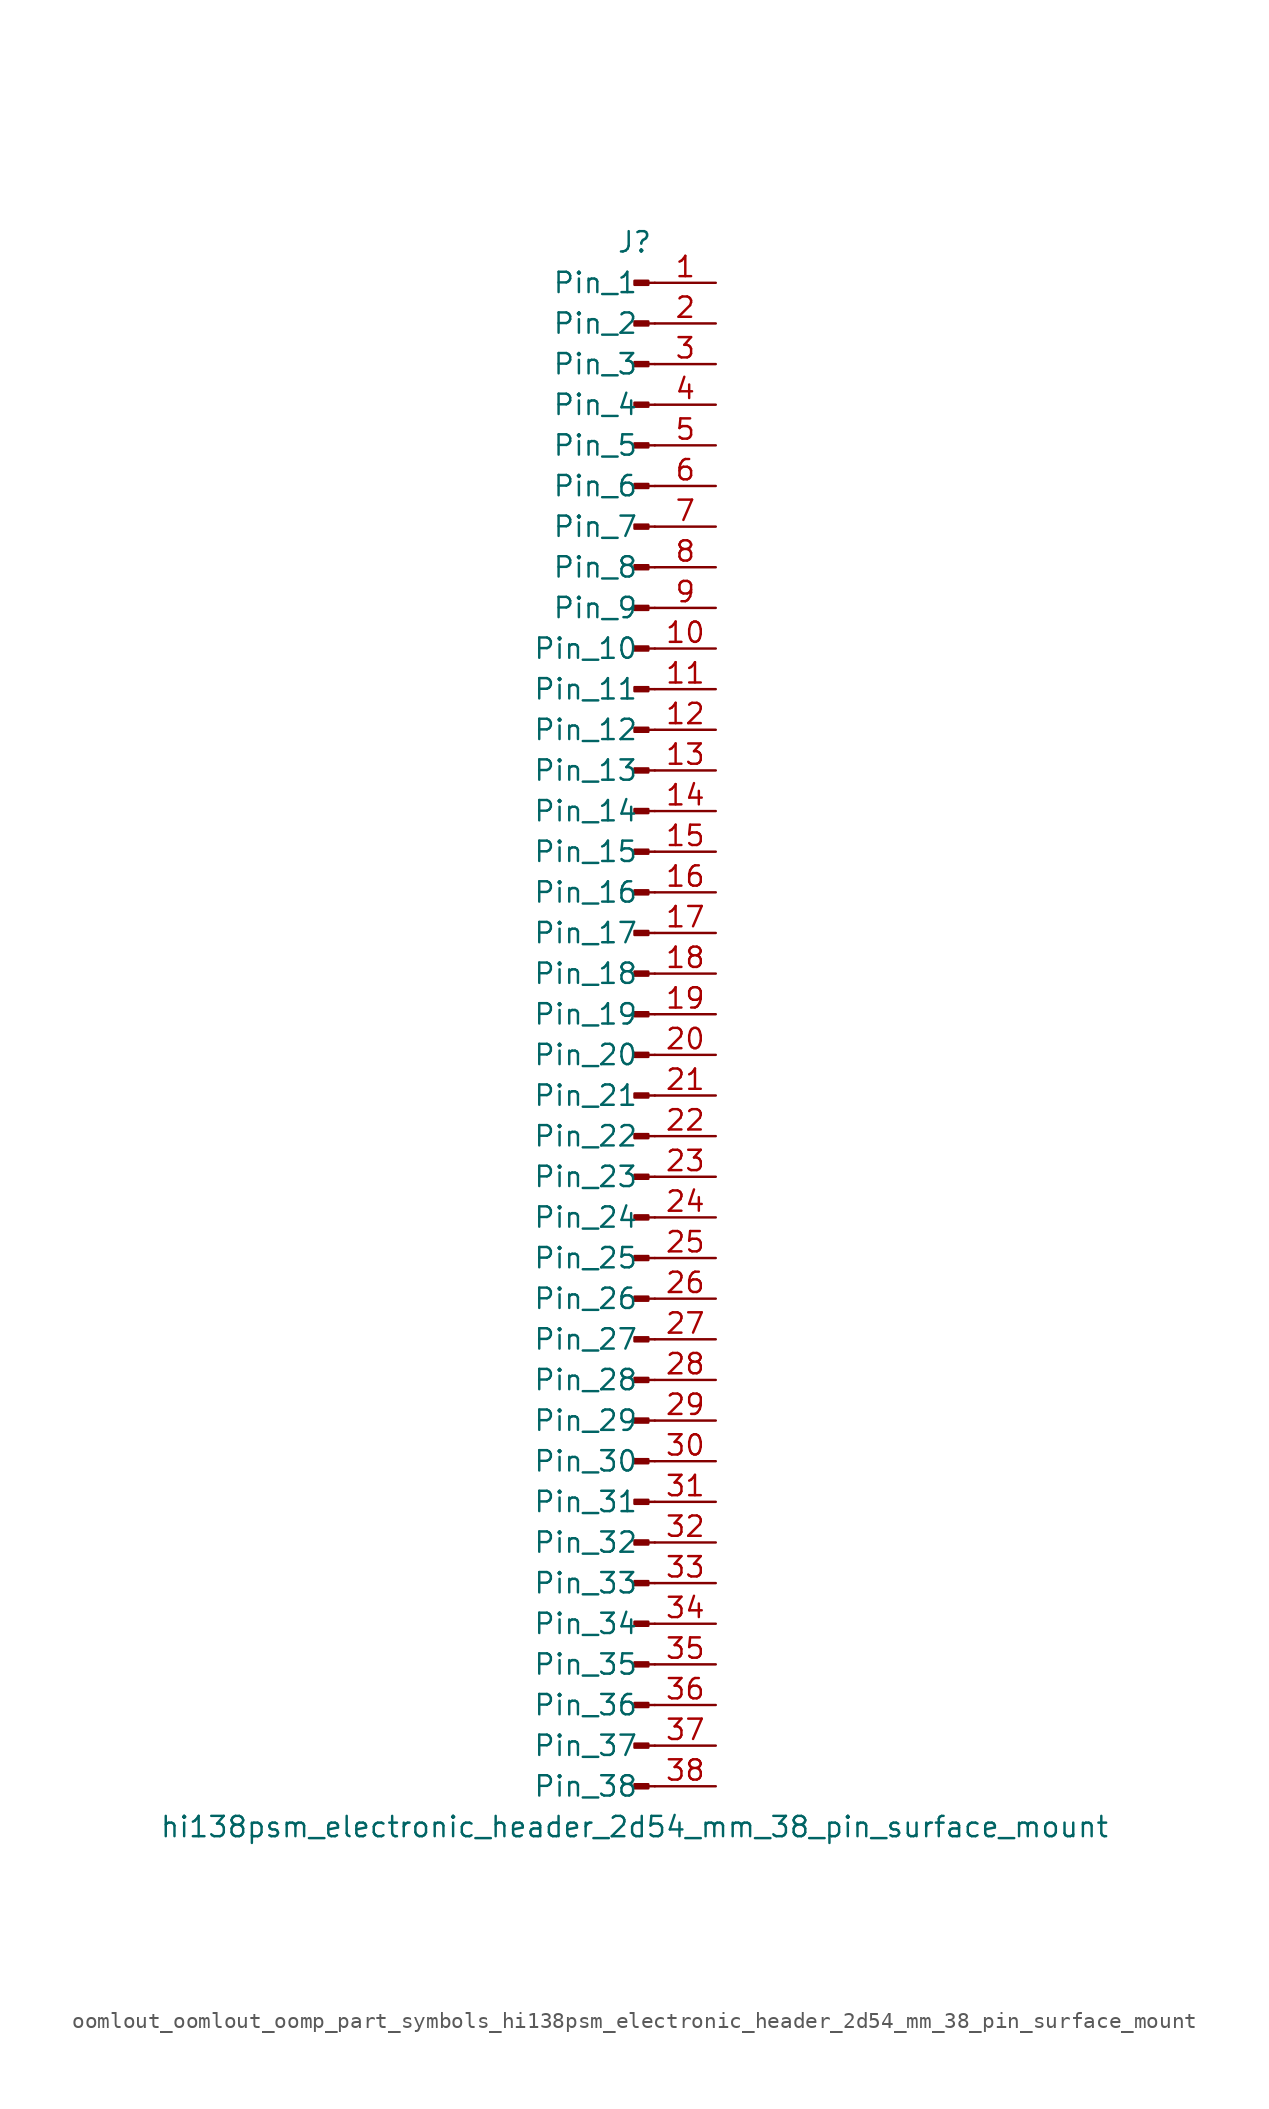
<source format=kicad_sym>
(kicad_symbol_lib
  (version 20220914)
  (generator kicad_symbol_editor)
  (symbol "oomlout_oomlout_oomp_part_symbols_hi138psm_electronic_header_2d54_mm_38_pin_surface_mount"
    (pin_names
      (offset 1.016))
    (property "Reference" "J"
      (at 0 48.26 0)
      (effects (font (size 1.27 1.27))))
    (property "Value" "hi138psm_electronic_header_2d54_mm_38_pin_surface_mount"
      (at 0 -50.8 0)
      (effects (font (size 1.27 1.27))))
    (property "ki_locked" ""
      (at 0 0 0)
      (effects (font (size 1.27 1.27))))
    (symbol "oomlout_oomlout_oomp_part_symbols_hi138psm_electronic_header_2d54_mm_38_pin_surface_mount_1_1"
      (polyline (pts (xy 1.27 -48.26) (xy 0.864 -48.26)) (stroke (width 0.152) (type default)) (fill (type none)))
      (polyline (pts (xy 1.27 -45.72) (xy 0.864 -45.72)) (stroke (width 0.152) (type default)) (fill (type none)))
      (polyline (pts (xy 1.27 -43.18) (xy 0.864 -43.18)) (stroke (width 0.152) (type default)) (fill (type none)))
      (polyline (pts (xy 1.27 -40.64) (xy 0.864 -40.64)) (stroke (width 0.152) (type default)) (fill (type none)))
      (polyline (pts (xy 1.27 -38.1) (xy 0.864 -38.1)) (stroke (width 0.152) (type default)) (fill (type none)))
      (polyline (pts (xy 1.27 -35.56) (xy 0.864 -35.56)) (stroke (width 0.152) (type default)) (fill (type none)))
      (polyline (pts (xy 1.27 -33.02) (xy 0.864 -33.02)) (stroke (width 0.152) (type default)) (fill (type none)))
      (polyline (pts (xy 1.27 -30.48) (xy 0.864 -30.48)) (stroke (width 0.152) (type default)) (fill (type none)))
      (polyline (pts (xy 1.27 -27.94) (xy 0.864 -27.94)) (stroke (width 0.152) (type default)) (fill (type none)))
      (polyline (pts (xy 1.27 -25.4) (xy 0.864 -25.4)) (stroke (width 0.152) (type default)) (fill (type none)))
      (polyline (pts (xy 1.27 -22.86) (xy 0.864 -22.86)) (stroke (width 0.152) (type default)) (fill (type none)))
      (polyline (pts (xy 1.27 -20.32) (xy 0.864 -20.32)) (stroke (width 0.152) (type default)) (fill (type none)))
      (polyline (pts (xy 1.27 -17.78) (xy 0.864 -17.78)) (stroke (width 0.152) (type default)) (fill (type none)))
      (polyline (pts (xy 1.27 -15.24) (xy 0.864 -15.24)) (stroke (width 0.152) (type default)) (fill (type none)))
      (polyline (pts (xy 1.27 -12.7) (xy 0.864 -12.7)) (stroke (width 0.152) (type default)) (fill (type none)))
      (polyline (pts (xy 1.27 -10.16) (xy 0.864 -10.16)) (stroke (width 0.152) (type default)) (fill (type none)))
      (polyline (pts (xy 1.27 -7.62) (xy 0.864 -7.62)) (stroke (width 0.152) (type default)) (fill (type none)))
      (polyline (pts (xy 1.27 -5.08) (xy 0.864 -5.08)) (stroke (width 0.152) (type default)) (fill (type none)))
      (polyline (pts (xy 1.27 -2.54) (xy 0.864 -2.54)) (stroke (width 0.152) (type default)) (fill (type none)))
      (polyline (pts (xy 1.27 0) (xy 0.864 0)) (stroke (width 0.152) (type default)) (fill (type none)))
      (polyline (pts (xy 1.27 2.54) (xy 0.864 2.54)) (stroke (width 0.152) (type default)) (fill (type none)))
      (polyline (pts (xy 1.27 5.08) (xy 0.864 5.08)) (stroke (width 0.152) (type default)) (fill (type none)))
      (polyline (pts (xy 1.27 7.62) (xy 0.864 7.62)) (stroke (width 0.152) (type default)) (fill (type none)))
      (polyline (pts (xy 1.27 10.16) (xy 0.864 10.16)) (stroke (width 0.152) (type default)) (fill (type none)))
      (polyline (pts (xy 1.27 12.7) (xy 0.864 12.7)) (stroke (width 0.152) (type default)) (fill (type none)))
      (polyline (pts (xy 1.27 15.24) (xy 0.864 15.24)) (stroke (width 0.152) (type default)) (fill (type none)))
      (polyline (pts (xy 1.27 17.78) (xy 0.864 17.78)) (stroke (width 0.152) (type default)) (fill (type none)))
      (polyline (pts (xy 1.27 20.32) (xy 0.864 20.32)) (stroke (width 0.152) (type default)) (fill (type none)))
      (polyline (pts (xy 1.27 22.86) (xy 0.864 22.86)) (stroke (width 0.152) (type default)) (fill (type none)))
      (polyline (pts (xy 1.27 25.4) (xy 0.864 25.4)) (stroke (width 0.152) (type default)) (fill (type none)))
      (polyline (pts (xy 1.27 27.94) (xy 0.864 27.94)) (stroke (width 0.152) (type default)) (fill (type none)))
      (polyline (pts (xy 1.27 30.48) (xy 0.864 30.48)) (stroke (width 0.152) (type default)) (fill (type none)))
      (polyline (pts (xy 1.27 33.02) (xy 0.864 33.02)) (stroke (width 0.152) (type default)) (fill (type none)))
      (polyline (pts (xy 1.27 35.56) (xy 0.864 35.56)) (stroke (width 0.152) (type default)) (fill (type none)))
      (polyline (pts (xy 1.27 38.1) (xy 0.864 38.1)) (stroke (width 0.152) (type default)) (fill (type none)))
      (polyline (pts (xy 1.27 40.64) (xy 0.864 40.64)) (stroke (width 0.152) (type default)) (fill (type none)))
      (polyline (pts (xy 1.27 43.18) (xy 0.864 43.18)) (stroke (width 0.152) (type default)) (fill (type none)))
      (polyline (pts (xy 1.27 45.72) (xy 0.864 45.72)) (stroke (width 0.152) (type default)) (fill (type none)))
      (rectangle (start 0.864 -48.133) (end 0 -48.387) (stroke (width 0.152) (type default)) (fill (type outline)))
      (rectangle (start 0.864 -45.593) (end 0 -45.847) (stroke (width 0.152) (type default)) (fill (type outline)))
      (rectangle (start 0.864 -43.053) (end 0 -43.307) (stroke (width 0.152) (type default)) (fill (type outline)))
      (rectangle (start 0.864 -40.513) (end 0 -40.767) (stroke (width 0.152) (type default)) (fill (type outline)))
      (rectangle (start 0.864 -37.973) (end 0 -38.227) (stroke (width 0.152) (type default)) (fill (type outline)))
      (rectangle (start 0.864 -35.433) (end 0 -35.687) (stroke (width 0.152) (type default)) (fill (type outline)))
      (rectangle (start 0.864 -32.893) (end 0 -33.147) (stroke (width 0.152) (type default)) (fill (type outline)))
      (rectangle (start 0.864 -30.353) (end 0 -30.607) (stroke (width 0.152) (type default)) (fill (type outline)))
      (rectangle (start 0.864 -27.813) (end 0 -28.067) (stroke (width 0.152) (type default)) (fill (type outline)))
      (rectangle (start 0.864 -25.273) (end 0 -25.527) (stroke (width 0.152) (type default)) (fill (type outline)))
      (rectangle (start 0.864 -22.733) (end 0 -22.987) (stroke (width 0.152) (type default)) (fill (type outline)))
      (rectangle (start 0.864 -20.193) (end 0 -20.447) (stroke (width 0.152) (type default)) (fill (type outline)))
      (rectangle (start 0.864 -17.653) (end 0 -17.907) (stroke (width 0.152) (type default)) (fill (type outline)))
      (rectangle (start 0.864 -15.113) (end 0 -15.367) (stroke (width 0.152) (type default)) (fill (type outline)))
      (rectangle (start 0.864 -12.573) (end 0 -12.827) (stroke (width 0.152) (type default)) (fill (type outline)))
      (rectangle (start 0.864 -10.033) (end 0 -10.287) (stroke (width 0.152) (type default)) (fill (type outline)))
      (rectangle (start 0.864 -7.493) (end 0 -7.747) (stroke (width 0.152) (type default)) (fill (type outline)))
      (rectangle (start 0.864 -4.953) (end 0 -5.207) (stroke (width 0.152) (type default)) (fill (type outline)))
      (rectangle (start 0.864 -2.413) (end 0 -2.667) (stroke (width 0.152) (type default)) (fill (type outline)))
      (rectangle (start 0.864 0.127) (end 0 -0.127) (stroke (width 0.152) (type default)) (fill (type outline)))
      (rectangle (start 0.864 2.667) (end 0 2.413) (stroke (width 0.152) (type default)) (fill (type outline)))
      (rectangle (start 0.864 5.207) (end 0 4.953) (stroke (width 0.152) (type default)) (fill (type outline)))
      (rectangle (start 0.864 7.747) (end 0 7.493) (stroke (width 0.152) (type default)) (fill (type outline)))
      (rectangle (start 0.864 10.287) (end 0 10.033) (stroke (width 0.152) (type default)) (fill (type outline)))
      (rectangle (start 0.864 12.827) (end 0 12.573) (stroke (width 0.152) (type default)) (fill (type outline)))
      (rectangle (start 0.864 15.367) (end 0 15.113) (stroke (width 0.152) (type default)) (fill (type outline)))
      (rectangle (start 0.864 17.907) (end 0 17.653) (stroke (width 0.152) (type default)) (fill (type outline)))
      (rectangle (start 0.864 20.447) (end 0 20.193) (stroke (width 0.152) (type default)) (fill (type outline)))
      (rectangle (start 0.864 22.987) (end 0 22.733) (stroke (width 0.152) (type default)) (fill (type outline)))
      (rectangle (start 0.864 25.527) (end 0 25.273) (stroke (width 0.152) (type default)) (fill (type outline)))
      (rectangle (start 0.864 28.067) (end 0 27.813) (stroke (width 0.152) (type default)) (fill (type outline)))
      (rectangle (start 0.864 30.607) (end 0 30.353) (stroke (width 0.152) (type default)) (fill (type outline)))
      (rectangle (start 0.864 33.147) (end 0 32.893) (stroke (width 0.152) (type default)) (fill (type outline)))
      (rectangle (start 0.864 35.687) (end 0 35.433) (stroke (width 0.152) (type default)) (fill (type outline)))
      (rectangle (start 0.864 38.227) (end 0 37.973) (stroke (width 0.152) (type default)) (fill (type outline)))
      (rectangle (start 0.864 40.767) (end 0 40.513) (stroke (width 0.152) (type default)) (fill (type outline)))
      (rectangle (start 0.864 43.307) (end 0 43.053) (stroke (width 0.152) (type default)) (fill (type outline)))
      (rectangle (start 0.864 45.847) (end 0 45.593) (stroke (width 0.152) (type default)) (fill (type outline)))
      (pin passive line (at 5.08 45.72 180) (length 3.81) (name "Pin_1" (effects (font (size 1.27 1.27)))) (number "1" (effects (font (size 1.27 1.27)))))
      (pin passive line (at 5.08 22.86 180) (length 3.81) (name "Pin_10" (effects (font (size 1.27 1.27)))) (number "10" (effects (font (size 1.27 1.27)))))
      (pin passive line (at 5.08 20.32 180) (length 3.81) (name "Pin_11" (effects (font (size 1.27 1.27)))) (number "11" (effects (font (size 1.27 1.27)))))
      (pin passive line (at 5.08 17.78 180) (length 3.81) (name "Pin_12" (effects (font (size 1.27 1.27)))) (number "12" (effects (font (size 1.27 1.27)))))
      (pin passive line (at 5.08 15.24 180) (length 3.81) (name "Pin_13" (effects (font (size 1.27 1.27)))) (number "13" (effects (font (size 1.27 1.27)))))
      (pin passive line (at 5.08 12.7 180) (length 3.81) (name "Pin_14" (effects (font (size 1.27 1.27)))) (number "14" (effects (font (size 1.27 1.27)))))
      (pin passive line (at 5.08 10.16 180) (length 3.81) (name "Pin_15" (effects (font (size 1.27 1.27)))) (number "15" (effects (font (size 1.27 1.27)))))
      (pin passive line (at 5.08 7.62 180) (length 3.81) (name "Pin_16" (effects (font (size 1.27 1.27)))) (number "16" (effects (font (size 1.27 1.27)))))
      (pin passive line (at 5.08 5.08 180) (length 3.81) (name "Pin_17" (effects (font (size 1.27 1.27)))) (number "17" (effects (font (size 1.27 1.27)))))
      (pin passive line (at 5.08 2.54 180) (length 3.81) (name "Pin_18" (effects (font (size 1.27 1.27)))) (number "18" (effects (font (size 1.27 1.27)))))
      (pin passive line (at 5.08 0 180) (length 3.81) (name "Pin_19" (effects (font (size 1.27 1.27)))) (number "19" (effects (font (size 1.27 1.27)))))
      (pin passive line (at 5.08 43.18 180) (length 3.81) (name "Pin_2" (effects (font (size 1.27 1.27)))) (number "2" (effects (font (size 1.27 1.27)))))
      (pin passive line (at 5.08 -2.54 180) (length 3.81) (name "Pin_20" (effects (font (size 1.27 1.27)))) (number "20" (effects (font (size 1.27 1.27)))))
      (pin passive line (at 5.08 -5.08 180) (length 3.81) (name "Pin_21" (effects (font (size 1.27 1.27)))) (number "21" (effects (font (size 1.27 1.27)))))
      (pin passive line (at 5.08 -7.62 180) (length 3.81) (name "Pin_22" (effects (font (size 1.27 1.27)))) (number "22" (effects (font (size 1.27 1.27)))))
      (pin passive line (at 5.08 -10.16 180) (length 3.81) (name "Pin_23" (effects (font (size 1.27 1.27)))) (number "23" (effects (font (size 1.27 1.27)))))
      (pin passive line (at 5.08 -12.7 180) (length 3.81) (name "Pin_24" (effects (font (size 1.27 1.27)))) (number "24" (effects (font (size 1.27 1.27)))))
      (pin passive line (at 5.08 -15.24 180) (length 3.81) (name "Pin_25" (effects (font (size 1.27 1.27)))) (number "25" (effects (font (size 1.27 1.27)))))
      (pin passive line (at 5.08 -17.78 180) (length 3.81) (name "Pin_26" (effects (font (size 1.27 1.27)))) (number "26" (effects (font (size 1.27 1.27)))))
      (pin passive line (at 5.08 -20.32 180) (length 3.81) (name "Pin_27" (effects (font (size 1.27 1.27)))) (number "27" (effects (font (size 1.27 1.27)))))
      (pin passive line (at 5.08 -22.86 180) (length 3.81) (name "Pin_28" (effects (font (size 1.27 1.27)))) (number "28" (effects (font (size 1.27 1.27)))))
      (pin passive line (at 5.08 -25.4 180) (length 3.81) (name "Pin_29" (effects (font (size 1.27 1.27)))) (number "29" (effects (font (size 1.27 1.27)))))
      (pin passive line (at 5.08 40.64 180) (length 3.81) (name "Pin_3" (effects (font (size 1.27 1.27)))) (number "3" (effects (font (size 1.27 1.27)))))
      (pin passive line (at 5.08 -27.94 180) (length 3.81) (name "Pin_30" (effects (font (size 1.27 1.27)))) (number "30" (effects (font (size 1.27 1.27)))))
      (pin passive line (at 5.08 -30.48 180) (length 3.81) (name "Pin_31" (effects (font (size 1.27 1.27)))) (number "31" (effects (font (size 1.27 1.27)))))
      (pin passive line (at 5.08 -33.02 180) (length 3.81) (name "Pin_32" (effects (font (size 1.27 1.27)))) (number "32" (effects (font (size 1.27 1.27)))))
      (pin passive line (at 5.08 -35.56 180) (length 3.81) (name "Pin_33" (effects (font (size 1.27 1.27)))) (number "33" (effects (font (size 1.27 1.27)))))
      (pin passive line (at 5.08 -38.1 180) (length 3.81) (name "Pin_34" (effects (font (size 1.27 1.27)))) (number "34" (effects (font (size 1.27 1.27)))))
      (pin passive line (at 5.08 -40.64 180) (length 3.81) (name "Pin_35" (effects (font (size 1.27 1.27)))) (number "35" (effects (font (size 1.27 1.27)))))
      (pin passive line (at 5.08 -43.18 180) (length 3.81) (name "Pin_36" (effects (font (size 1.27 1.27)))) (number "36" (effects (font (size 1.27 1.27)))))
      (pin passive line (at 5.08 -45.72 180) (length 3.81) (name "Pin_37" (effects (font (size 1.27 1.27)))) (number "37" (effects (font (size 1.27 1.27)))))
      (pin passive line (at 5.08 -48.26 180) (length 3.81) (name "Pin_38" (effects (font (size 1.27 1.27)))) (number "38" (effects (font (size 1.27 1.27)))))
      (pin passive line (at 5.08 38.1 180) (length 3.81) (name "Pin_4" (effects (font (size 1.27 1.27)))) (number "4" (effects (font (size 1.27 1.27)))))
      (pin passive line (at 5.08 35.56 180) (length 3.81) (name "Pin_5" (effects (font (size 1.27 1.27)))) (number "5" (effects (font (size 1.27 1.27)))))
      (pin passive line (at 5.08 33.02 180) (length 3.81) (name "Pin_6" (effects (font (size 1.27 1.27)))) (number "6" (effects (font (size 1.27 1.27)))))
      (pin passive line (at 5.08 30.48 180) (length 3.81) (name "Pin_7" (effects (font (size 1.27 1.27)))) (number "7" (effects (font (size 1.27 1.27)))))
      (pin passive line (at 5.08 27.94 180) (length 3.81) (name "Pin_8" (effects (font (size 1.27 1.27)))) (number "8" (effects (font (size 1.27 1.27)))))
      (pin passive line (at 5.08 25.4 180) (length 3.81) (name "Pin_9" (effects (font (size 1.27 1.27)))) (number "9" (effects (font (size 1.27 1.27))))))))
</source>
